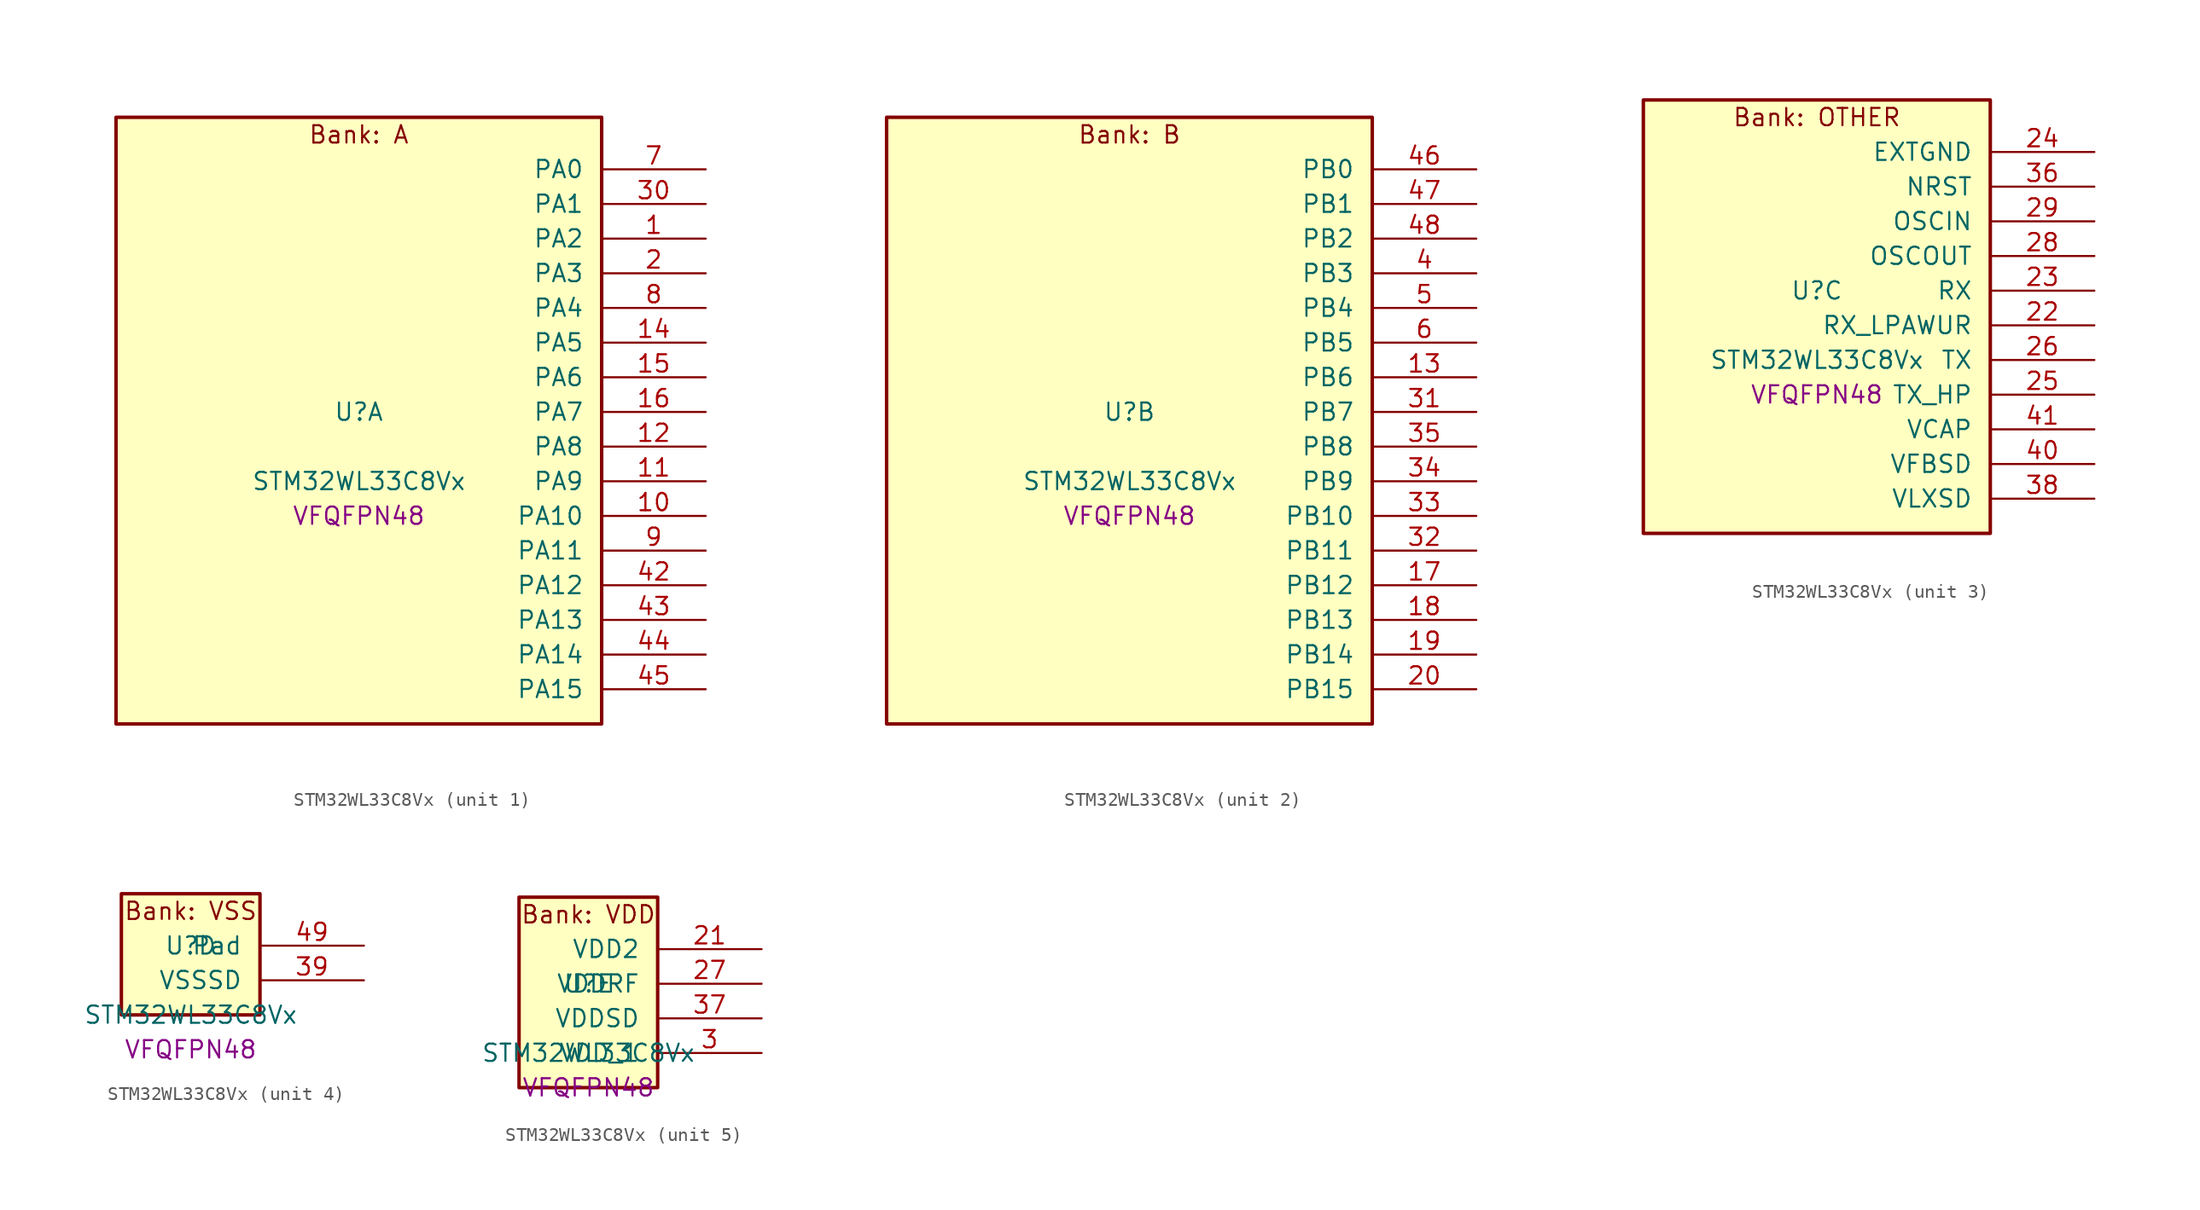
<source format=kicad_sym>
(kicad_symbol_lib
  (version 20241209)
  (generator "stm32_pkl_generator")
  (generator_version "1.0")
  (symbol "STM32WL33C8Vx"
    (pin_names
      (offset 1.27))
    (property "Reference" "U"
      (at 0 2.54 0))
    (property "Value" "STM32WL33C8Vx"
      (at 0 -2.54 0))
    (property "Footprint" "VFQFPN48"
      (at 0 -5.08 0))
    (symbol "STM32WL33C8Vx_1_1"
      (rectangle (start -17.78 24.13) (end 17.78 -20.32) (stroke (width 0.254) (type solid)) (fill (type background)))
      (text "Bank: A" (at 0 22.86 0))
      (pin bidirectional line (at 25.4 20.32 180) (length 7.62) (name "PA0") (number "7") (alternate "PA0/I2C1_SCL" bidirectional line) (alternate "PA0/LCD_COM4" bidirectional line) (alternate "PA0/LCD_SEG12" bidirectional line) (alternate "PA0/PWR_WKUP12" bidirectional line) (alternate "PA0/TIM2_CH3" bidirectional line) (alternate "PA0/USART1_CTS" bidirectional line))
      (pin bidirectional line (at 25.4 17.78 180) (length 7.62) (name "PA1") (number "30") (alternate "PA1/I2C1_SDA" bidirectional line) (alternate "PA1/LCD_SEG0" bidirectional line) (alternate "PA1/PWR_WKUP13" bidirectional line) (alternate "PA1/TIM16_BRK" bidirectional line) (alternate "PA1/TIM2_CH4" bidirectional line) (alternate "PA1/USART1_TX" bidirectional line))
      (pin bidirectional line (at 25.4 15.24 180) (length 7.62) (name "PA2") (number "1") (alternate "PA2/ADC1_VINM2" bidirectional line) (alternate "PA2/DEBUG_SWDIO" bidirectional line) (alternate "PA2/I2S3_MCK" bidirectional line) (alternate "PA2/LCD_SEG1" bidirectional line) (alternate "PA2/PWR_WKUP14" bidirectional line) (alternate "PA2/TIM16_CH1" bidirectional line) (alternate "PA2/TIM2_CH1" bidirectional line) (alternate "PA2/USART1_CK" bidirectional line))
      (pin bidirectional line (at 25.4 12.7 180) (length 7.62) (name "PA3") (number "2") (alternate "PA3/ADC1_VINP2" bidirectional line) (alternate "PA3/DEBUG_SWCLK" bidirectional line) (alternate "PA3/I2S3_CK" bidirectional line) (alternate "PA3/LCD_SEG2" bidirectional line) (alternate "PA3/PWR_WKUP15" bidirectional line) (alternate "PA3/SPI3_SCK" bidirectional line) (alternate "PA3/TIM16_CH1N" bidirectional line) (alternate "PA3/TIM2_CH2" bidirectional line) (alternate "PA3/USART1_DE" bidirectional line) (alternate "PA3/USART1_RTS" bidirectional line))
      (pin bidirectional line (at 25.4 10.16 180) (length 7.62) (name "PA4") (number "8") (alternate "PA4/COMP1_OUT" bidirectional line) (alternate "PA4/LPUART1_TX" bidirectional line) (alternate "PA4/RCC_LCO" bidirectional line) (alternate "PA4/TIM2_CH1" bidirectional line))
      (pin bidirectional line (at 25.4 7.62 180) (length 7.62) (name "PA5") (number "14") (alternate "PA5/LCD_SEG9" bidirectional line) (alternate "PA5/LPUART1_RX" bidirectional line) (alternate "PA5/RCC_MCO" bidirectional line) (alternate "PA5/TIM2_CH2" bidirectional line))
      (pin bidirectional line (at 25.4 5.08 180) (length 7.62) (name "PA6") (number "15") (alternate "PA6/I2C2_SCL" bidirectional line) (alternate "PA6/TIM2_CH1" bidirectional line) (alternate "PA6/USART1_CTS" bidirectional line))
      (pin bidirectional line (at 25.4 2.54 180) (length 7.62) (name "PA7") (number "16") (alternate "PA7/I2C2_SDA" bidirectional line) (alternate "PA7/LPUART1_DE" bidirectional line) (alternate "PA7/LPUART1_RTS" bidirectional line) (alternate "PA7/PWR_WKUP7" bidirectional line) (alternate "PA7/TIM2_CH2" bidirectional line))
      (pin bidirectional line (at 25.4 0 180) (length 7.62) (name "PA8") (number "12") (alternate "PA8/LCD_COM0" bidirectional line) (alternate "PA8/MRSUBG_RX_SEQUENCE" bidirectional line) (alternate "PA8/PWR_WKUP8" bidirectional line) (alternate "PA8/RTC_OUT" bidirectional line) (alternate "PA8/RTC_TAMP1" bidirectional line) (alternate "PA8/RTC_TS" bidirectional line) (alternate "PA8/SPI3_MISO" bidirectional line) (alternate "PA8/TIM2_CH3" bidirectional line) (alternate "PA8/USART1_RX" bidirectional line))
      (pin bidirectional line (at 25.4 -2.54 180) (length 7.62) (name "PA9") (number "11") (alternate "PA9/I2S3_WS" bidirectional line) (alternate "PA9/LCD_SEG3" bidirectional line) (alternate "PA9/PWR_WKUP9" bidirectional line) (alternate "PA9/RTC_OUT" bidirectional line) (alternate "PA9/SPI3_NSS" bidirectional line) (alternate "PA9/TIM2_CH4" bidirectional line) (alternate "PA9/USART1_TX" bidirectional line))
      (pin bidirectional line (at 25.4 -5.08 180) (length 7.62) (name "PA10") (number "10") (alternate "PA10/I2S3_MCK" bidirectional line) (alternate "PA10/LCD_SEG4" bidirectional line) (alternate "PA10/LPUART1_CTS" bidirectional line) (alternate "PA10/MRSUBG_TX_DATA" bidirectional line) (alternate "PA10/MRSUBG_TX_SEQUENCE" bidirectional line) (alternate "PA10/PWR_WKUP10" bidirectional line))
      (pin bidirectional line (at 25.4 -7.62 180) (length 7.62) (name "PA11") (number "9") (alternate "PA11/I2S3_SD" bidirectional line) (alternate "PA11/LCD_SEG5" bidirectional line) (alternate "PA11/MRSUBG_RX_SEQUENCE" bidirectional line) (alternate "PA11/MRSUBG_TX_CLOCK" bidirectional line) (alternate "PA11/PWR_WKUP11" bidirectional line) (alternate "PA11/RCC_MCO" bidirectional line) (alternate "PA11/SPI3_MOSI" bidirectional line))
      (pin bidirectional line (at 25.4 -10.16 180) (length 7.62) (name "PA12") (number "42") (alternate "PA12/DEBUG_SWDIO" bidirectional line) (alternate "PA12/I2C1_SMBA" bidirectional line) (alternate "PA12/SPI1_NSS" bidirectional line) (alternate "PA12/TIM2_CH1" bidirectional line))
      (pin bidirectional line (at 25.4 -12.7 180) (length 7.62) (name "PA13") (number "43") (alternate "PA13/COMP1_INM" bidirectional line) (alternate "PA13/DAC1_OUT1" bidirectional line) (alternate "PA13/DEBUG_SWCLK" bidirectional line) (alternate "PA13/I2C2_SCL" bidirectional line) (alternate "PA13/LCD_SEG10" bidirectional line) (alternate "PA13/SPI1_SCK" bidirectional line) (alternate "PA13/TIM2_ETR" bidirectional line))
      (pin bidirectional line (at 25.4 -15.24 180) (length 7.62) (name "PA14") (number "44") (alternate "PA14/COMP1_INP" bidirectional line) (alternate "PA14/I2C2_SDA" bidirectional line) (alternate "PA14/LCD_SEG11" bidirectional line) (alternate "PA14/LCSC_LCB" bidirectional line) (alternate "PA14/SPI1_MISO" bidirectional line))
      (pin bidirectional line (at 25.4 -17.78 180) (length 7.62) (name "PA15") (number "45") (alternate "PA15/I2C2_SMBA" bidirectional line) (alternate "PA15/SPI1_MOSI" bidirectional line) (alternate "PA15/USART1_RX" bidirectional line)))
    (symbol "STM32WL33C8Vx_2_1"
      (rectangle (start -17.78 24.13) (end 17.78 -20.32) (stroke (width 0.254) (type solid)) (fill (type background)))
      (text "Bank: B" (at 0 22.86 0))
      (pin bidirectional line (at 25.4 20.32 180) (length 7.62) (name "PB0") (number "46") (alternate "PB0/ADC1_VINM1" bidirectional line) (alternate "PB0/COMP1_INM" bidirectional line) (alternate "PB0/LCD_COM1" bidirectional line) (alternate "PB0/LPUART1_DE" bidirectional line) (alternate "PB0/LPUART1_RTS" bidirectional line) (alternate "PB0/MRSUBG_ANTENNA_SWITCH" bidirectional line) (alternate "PB0/PWR_WKUP0" bidirectional line) (alternate "PB0/SPI1_NSS" bidirectional line) (alternate "PB0/TIM16_CH1" bidirectional line) (alternate "PB0/USART1_RX" bidirectional line))
      (pin bidirectional line (at 25.4 17.78 180) (length 7.62) (name "PB1") (number "47") (alternate "PB1/ADC1_VINP1" bidirectional line) (alternate "PB1/COMP1_INP" bidirectional line) (alternate "PB1/DEBUG_SWDIO" bidirectional line) (alternate "PB1/LCD_SEG6" bidirectional line) (alternate "PB1/LCSC_LCA" bidirectional line) (alternate "PB1/MRSUBG_RX_DATA" bidirectional line) (alternate "PB1/PWR_WKUP1" bidirectional line) (alternate "PB1/SPI1_SCK" bidirectional line) (alternate "PB1/TIM16_CH1N" bidirectional line) (alternate "PB1/USART1_CK" bidirectional line))
      (pin bidirectional line (at 25.4 15.24 180) (length 7.62) (name "PB2") (number "48") (alternate "PB2/ADC1_VINM0" bidirectional line) (alternate "PB2/COMP1_INP" bidirectional line) (alternate "PB2/DEBUG_SWCLK" bidirectional line) (alternate "PB2/LCD_SEG7" bidirectional line) (alternate "PB2/LCSC_LCT" bidirectional line) (alternate "PB2/MRSUBG_RX_CLOCK" bidirectional line) (alternate "PB2/PWR_WKUP2" bidirectional line) (alternate "PB2/SPI1_MISO" bidirectional line) (alternate "PB2/TIM16_BRK" bidirectional line) (alternate "PB2/USART1_DE" bidirectional line) (alternate "PB2/USART1_RTS" bidirectional line))
      (pin bidirectional line (at 25.4 12.7 180) (length 7.62) (name "PB3") (number "4") (alternate "PB3/ADC1_VINP0" bidirectional line) (alternate "PB3/COMP1_INM" bidirectional line) (alternate "PB3/LCD_SEG8" bidirectional line) (alternate "PB3/LPUART1_TX" bidirectional line) (alternate "PB3/PWR_WKUP3" bidirectional line) (alternate "PB3/SPI1_MOSI" bidirectional line) (alternate "PB3/TIM2_CH4" bidirectional line) (alternate "PB3/USART1_CTS" bidirectional line))
      (pin bidirectional line (at 25.4 10.16 180) (length 7.62) (name "PB4") (number "5") (alternate "PB4/ADC1_VINM3" bidirectional line) (alternate "PB4/DAC1_VCMBUFF" bidirectional line) (alternate "PB4/LCD_COM5" bidirectional line) (alternate "PB4/LCD_SEG13" bidirectional line) (alternate "PB4/LPUART1_TX" bidirectional line) (alternate "PB4/PWR_WKUP4" bidirectional line) (alternate "PB4/SPI3_MISO" bidirectional line))
      (pin bidirectional line (at 25.4 7.62 180) (length 7.62) (name "PB5") (number "6") (alternate "PB5/ADC1_VINP3" bidirectional line) (alternate "PB5/I2S3_WS" bidirectional line) (alternate "PB5/LCD_COM6" bidirectional line) (alternate "PB5/LCD_SEG14" bidirectional line) (alternate "PB5/LPUART1_RX" bidirectional line) (alternate "PB5/PWR_WKUP5" bidirectional line) (alternate "PB5/SPI3_NSS" bidirectional line))
      (pin bidirectional line (at 25.4 5.08 180) (length 7.62) (name "PB6") (number "13") (alternate "PB6/COMP1_OUT" bidirectional line) (alternate "PB6/I2C1_SCL" bidirectional line) (alternate "PB6/I2S3_CK" bidirectional line) (alternate "PB6/LCD_COM7" bidirectional line) (alternate "PB6/LCD_SEG15" bidirectional line) (alternate "PB6/LPUART1_TX" bidirectional line) (alternate "PB6/PWR_WKUP6" bidirectional line) (alternate "PB6/SPI3_SCK" bidirectional line) (alternate "PB6/TIM2_CH3" bidirectional line))
      (pin bidirectional line (at 25.4 2.54 180) (length 7.62) (name "PB7") (number "31") (alternate "PB7/I2C1_SDA" bidirectional line) (alternate "PB7/I2S3_SD" bidirectional line) (alternate "PB7/LCD_COM2" bidirectional line) (alternate "PB7/LPUART1_RX" bidirectional line) (alternate "PB7/PWR_WKUP7" bidirectional line) (alternate "PB7/SPI3_MOSI" bidirectional line) (alternate "PB7/TIM2_ETR" bidirectional line))
      (pin bidirectional line (at 25.4 0 180) (length 7.62) (name "PB8") (number "35") (alternate "PB8/LPUART1_RX" bidirectional line) (alternate "PB8/SPI1_MISO" bidirectional line) (alternate "PB8/TIM2_CH4" bidirectional line) (alternate "PB8/USART1_CK" bidirectional line))
      (pin bidirectional line (at 25.4 -2.54 180) (length 7.62) (name "PB9") (number "34") (alternate "PB9/LPUART1_CTS" bidirectional line) (alternate "PB9/SPI1_MOSI" bidirectional line) (alternate "PB9/USART1_TX" bidirectional line))
      (pin bidirectional line (at 25.4 -5.08 180) (length 7.62) (name "PB10") (number "33") (alternate "PB10/I2C1_SDA" bidirectional line) (alternate "PB10/SPI1_NSS" bidirectional line) (alternate "PB10/TIM2_CH2" bidirectional line))
      (pin bidirectional line (at 25.4 -7.62 180) (length 7.62) (name "PB11") (number "32") (alternate "PB11/I2C1_SCL" bidirectional line) (alternate "PB11/SPI1_SCK" bidirectional line) (alternate "PB11/TIM2_CH1" bidirectional line) (alternate "PB11/USART1_DE" bidirectional line) (alternate "PB11/USART1_RTS" bidirectional line))
      (pin bidirectional line (at 25.4 -10.16 180) (length 7.62) (name "PB12") (number "17") (alternate "PB12/LPUART1_CTS" bidirectional line) (alternate "PB12/RCC_LCO" bidirectional line) (alternate "PB12/RCC_OSC32_OUT" bidirectional line) (alternate "PB12/TIM2_CH3" bidirectional line) (alternate "PB12/USART1_DE" bidirectional line) (alternate "PB12/USART1_RTS" bidirectional line))
      (pin bidirectional line (at 25.4 -12.7 180) (length 7.62) (name "PB13") (number "18") (alternate "PB13/I2C2_SMBA" bidirectional line) (alternate "PB13/RCC_OSC32_IN" bidirectional line) (alternate "PB13/TIM2_CH4" bidirectional line))
      (pin bidirectional line (at 25.4 -15.24 180) (length 7.62) (name "PB14") (number "19") (alternate "PB14/I2C1_SMBA" bidirectional line) (alternate "PB14/LCD_COM3" bidirectional line) (alternate "PB14/MRSUBG_TX_SEQUENCE" bidirectional line) (alternate "PB14/PWR_PVD_IN" bidirectional line) (alternate "PB14/RCC_MCO" bidirectional line) (alternate "PB14/TIM2_ETR" bidirectional line) (alternate "PB14/USART1_RX" bidirectional line))
      (pin bidirectional line (at 25.4 -17.78 180) (length 7.62) (name "PB15") (number "20") (alternate "PB15/COMP1_OUT" bidirectional line) (alternate "PB15/LCD_VLCD" bidirectional line) (alternate "PB15/USART1_TX" bidirectional line)))
    (symbol "STM32WL33C8Vx_3_1"
      (rectangle (start -12.7 16.51) (end 12.7 -15.24) (stroke (width 0.254) (type solid)) (fill (type background)))
      (text "Bank: OTHER" (at 0 15.24 0))
      (pin power_in line (at 20.32 12.7 180) (length 7.62) (name "EXTGND") (number "24"))
      (pin input line (at 20.32 10.16 180) (length 7.62) (name "NRST") (number "36"))
      (pin bidirectional line (at 20.32 7.62 180) (length 7.62) (name "OSCIN") (number "29") (alternate "OSCIN/RCC_OSC_IN" bidirectional line))
      (pin bidirectional line (at 20.32 5.08 180) (length 7.62) (name "OSCOUT") (number "28") (alternate "OSCOUT/RCC_OSC_OUT" bidirectional line))
      (pin input line (at 20.32 2.54 180) (length 7.62) (name "RX") (number "23"))
      (pin input line (at 20.32 0 180) (length 7.62) (name "RX_LPAWUR") (number "22"))
      (pin input line (at 20.32 -2.54 180) (length 7.62) (name "TX") (number "26"))
      (pin input line (at 20.32 -5.08 180) (length 7.62) (name "TX_HP") (number "25"))
      (pin power_in line (at 20.32 -7.62 180) (length 7.62) (name "VCAP") (number "41"))
      (pin power_in line (at 20.32 -10.16 180) (length 7.62) (name "VFBSD") (number "40"))
      (pin power_in line (at 20.32 -12.7 180) (length 7.62) (name "VLXSD") (number "38")))
    (symbol "STM32WL33C8Vx_4_1"
      (rectangle (start -5.08 6.35) (end 5.08 -2.54) (stroke (width 0.254) (type solid)) (fill (type background)))
      (text "Bank: VSS" (at 0 5.08 0))
      (pin passive line (at 12.7 2.54 180) (length 7.62) (name "Pad") (number "49"))
      (pin power_in line (at 12.7 0 180) (length 7.62) (name "VSSSD") (number "39")))
    (symbol "STM32WL33C8Vx_5_1"
      (rectangle (start -5.08 8.89) (end 5.08 -5.08) (stroke (width 0.254) (type solid)) (fill (type background)))
      (text "Bank: VDD" (at 0 7.62 0))
      (pin power_in line (at 12.7 5.08 180) (length 7.62) (name "VDD2") (number "21"))
      (pin power_in line (at 12.7 2.54 180) (length 7.62) (name "VDDRF") (number "27"))
      (pin power_in line (at 12.7 0 180) (length 7.62) (name "VDDSD") (number "37"))
      (pin power_in line (at 12.7 -2.54 180) (length 7.62) (name "VDD_1") (number "3")))))
</source>
